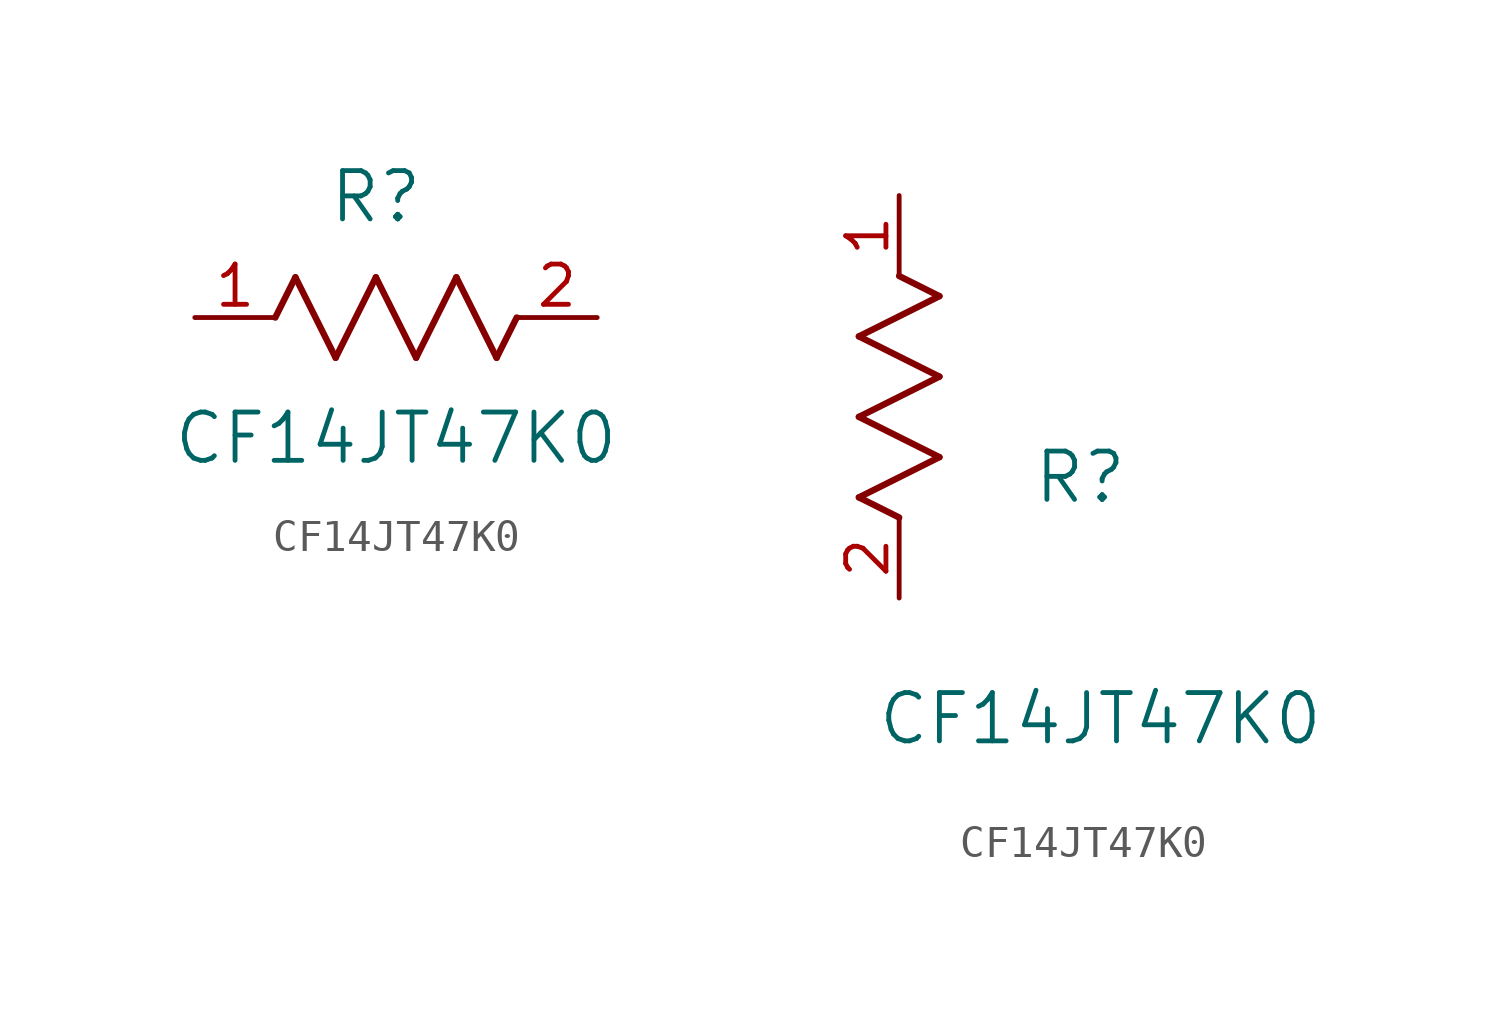
<source format=kicad_sym>
(kicad_symbol_lib
  (version 20211014)
  (generator kicad_symbol_editor)
  (symbol "CF14JT47K0"
    (pin_names
      (offset 0.254))
    (property "Reference" "R"
      (at 5.715 3.81 0)
      (effects (font (size 1.524 1.524))))
    (property "Value" "CF14JT47K0"
      (at 6.35 -3.81 0)
      (effects (font (size 1.524 1.524))))
    (symbol "CF14JT47K0_1_1"
      (polyline (pts (xy 3.175 1.27) (xy 4.445 -1.27)) (stroke (width 0.203) (type default) (color 0 0 0 0)) (fill (type none)))
      (polyline (pts (xy 4.445 -1.27) (xy 5.715 1.27)) (stroke (width 0.203) (type default) (color 0 0 0 0)) (fill (type none)))
      (polyline (pts (xy 5.715 1.27) (xy 6.985 -1.27)) (stroke (width 0.203) (type default) (color 0 0 0 0)) (fill (type none)))
      (polyline (pts (xy 6.985 -1.27) (xy 8.255 1.27)) (stroke (width 0.203) (type default) (color 0 0 0 0)) (fill (type none)))
      (polyline (pts (xy 8.255 1.27) (xy 9.525 -1.27)) (stroke (width 0.203) (type default) (color 0 0 0 0)) (fill (type none)))
      (polyline (pts (xy 2.54 0) (xy 3.175 1.27)) (stroke (width 0.203) (type default) (color 0 0 0 0)) (fill (type none)))
      (polyline (pts (xy 9.525 -1.27) (xy 10.16 0)) (stroke (width 0.203) (type default) (color 0 0 0 0)) (fill (type none)))
      (pin unspecified line (at 0 0 0) (length 2.54) (name "" (effects (font (size 1.27 1.27)))) (number "1" (effects (font (size 1.27 1.27)))))
      (pin unspecified line (at 12.7 0 180) (length 2.54) (name "" (effects (font (size 1.27 1.27)))) (number "2" (effects (font (size 1.27 1.27))))))
    (symbol "CF14JT47K0_1_2"
      (polyline (pts (xy 0 2.54) (xy -1.27 3.175)) (stroke (width 0.203) (type default) (color 0 0 0 0)) (fill (type none)))
      (polyline (pts (xy -1.27 3.175) (xy 1.27 4.445)) (stroke (width 0.203) (type default) (color 0 0 0 0)) (fill (type none)))
      (polyline (pts (xy 1.27 4.445) (xy -1.27 5.715)) (stroke (width 0.203) (type default) (color 0 0 0 0)) (fill (type none)))
      (polyline (pts (xy -1.27 5.715) (xy 1.27 6.985)) (stroke (width 0.203) (type default) (color 0 0 0 0)) (fill (type none)))
      (polyline (pts (xy -1.27 8.255) (xy 1.27 9.525)) (stroke (width 0.203) (type default) (color 0 0 0 0)) (fill (type none)))
      (polyline (pts (xy 1.27 9.525) (xy 0 10.16)) (stroke (width 0.203) (type default) (color 0 0 0 0)) (fill (type none)))
      (polyline (pts (xy 1.27 6.985) (xy -1.27 8.255)) (stroke (width 0.203) (type default) (color 0 0 0 0)) (fill (type none)))
      (pin unspecified line (at 0 12.7 270) (length 2.54) (name "" (effects (font (size 1.27 1.27)))) (number "1" (effects (font (size 1.27 1.27)))))
      (pin unspecified line (at 0 0 90) (length 2.54) (name "" (effects (font (size 1.27 1.27)))) (number "2" (effects (font (size 1.27 1.27))))))))
</source>
